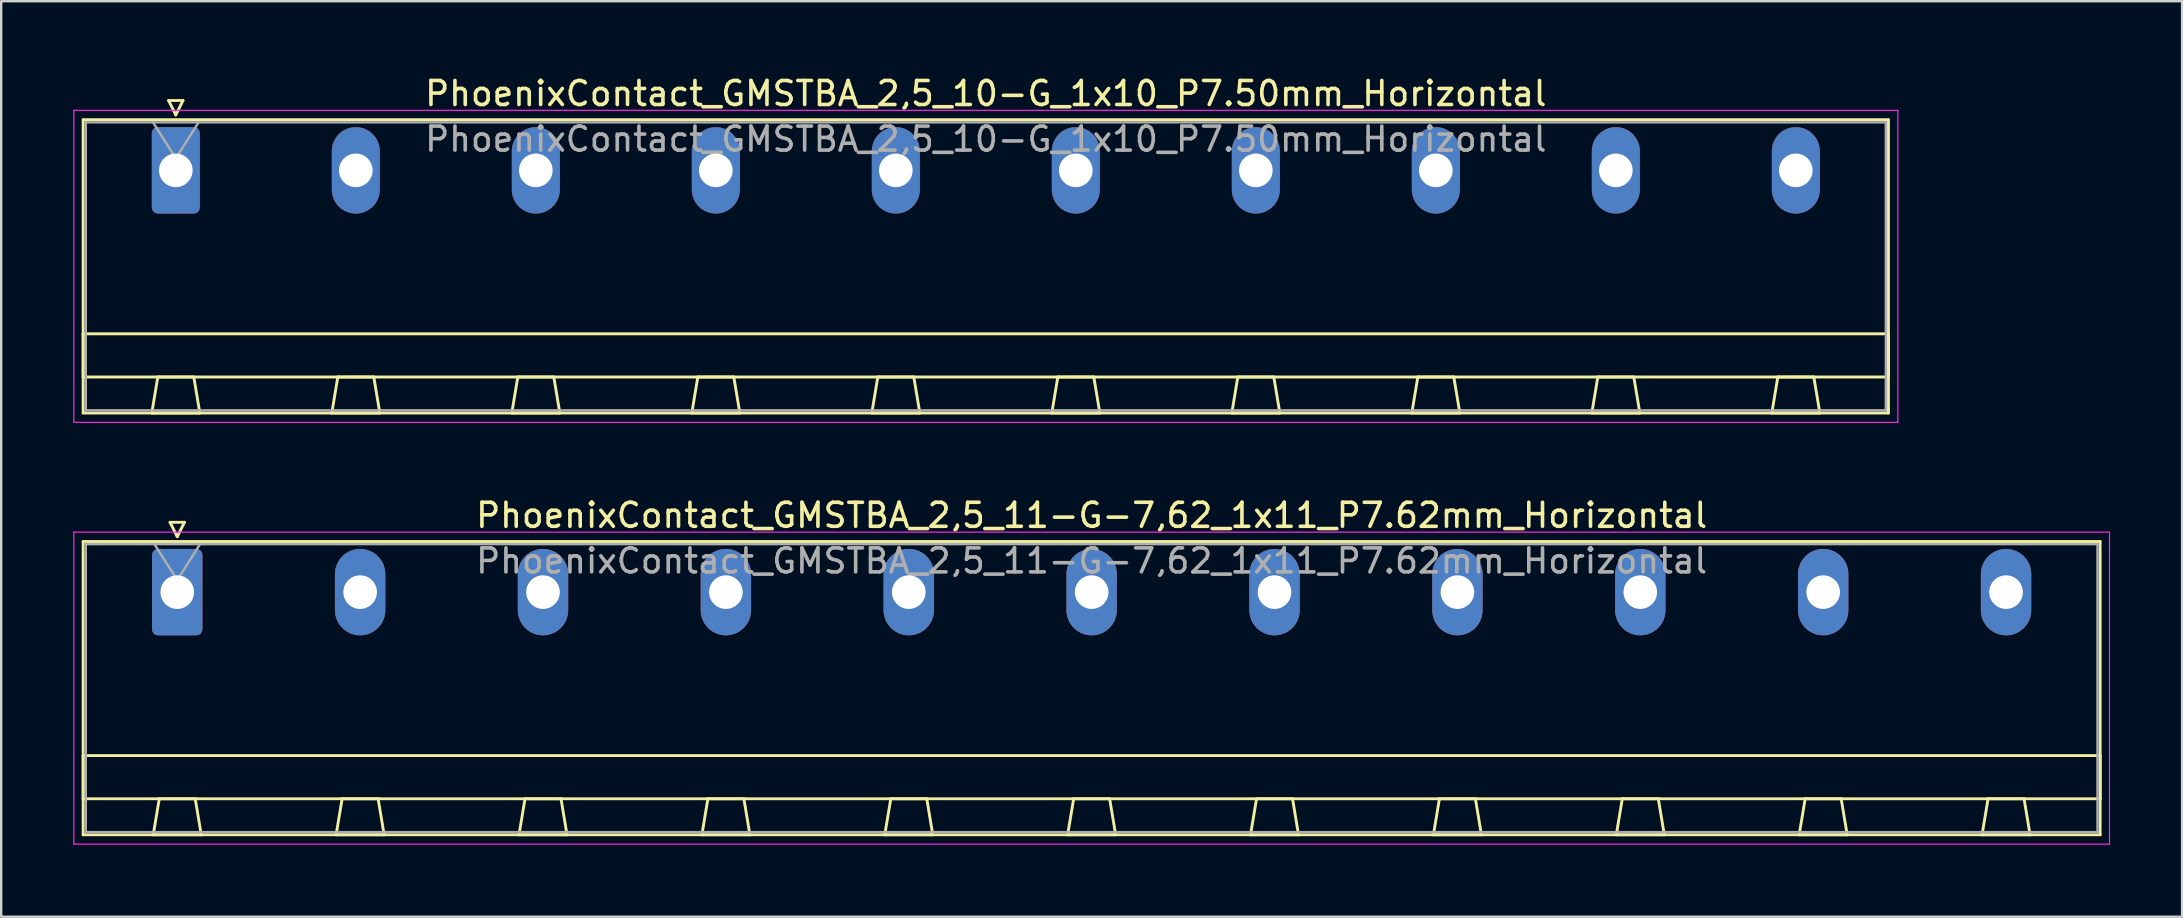
<source format=kicad_pcb>
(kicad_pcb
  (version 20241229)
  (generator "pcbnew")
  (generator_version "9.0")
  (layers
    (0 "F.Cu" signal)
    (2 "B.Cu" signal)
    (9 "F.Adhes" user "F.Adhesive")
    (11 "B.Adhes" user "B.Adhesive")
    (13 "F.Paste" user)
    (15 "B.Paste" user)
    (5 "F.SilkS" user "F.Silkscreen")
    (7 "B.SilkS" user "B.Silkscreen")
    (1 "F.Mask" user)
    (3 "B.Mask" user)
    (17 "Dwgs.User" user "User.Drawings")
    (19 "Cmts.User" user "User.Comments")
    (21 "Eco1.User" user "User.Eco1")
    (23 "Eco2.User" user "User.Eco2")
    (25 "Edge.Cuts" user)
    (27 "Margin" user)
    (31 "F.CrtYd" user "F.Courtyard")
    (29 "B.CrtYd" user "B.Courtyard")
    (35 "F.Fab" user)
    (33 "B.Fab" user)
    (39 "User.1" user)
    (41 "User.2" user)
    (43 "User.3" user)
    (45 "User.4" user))
  (footprint "PhoenixContact_GMSTBA_2,5_11-G-7,62_1x11_P7.62mm_Horizontal"
    (layer "F.Cu")
    (at 4.335 21.622)
    (property "Reference" "PhoenixContact_GMSTBA_2,5_11-G-7,62_1x11_P7.62mm_Horizontal" (at 38.1 -3.2 0) (layer "F.SilkS") (effects (font (size 1 1) (thickness 0.15))))
    (attr through_hole)
    (fp_line (start -3.92 -2.11) (end -3.92 10.11) (stroke (width 0.12) (type solid)) (layer "F.SilkS"))
    (fp_line (start -3.92 6.81) (end 80.12 6.81) (stroke (width 0.12) (type solid)) (layer "F.SilkS"))
    (fp_line (start -3.92 8.61) (end -3.92 6.81) (stroke (width 0.12) (type solid)) (layer "F.SilkS"))
    (fp_line (start -3.92 10.11) (end 80.12 10.11) (stroke (width 0.12) (type solid)) (layer "F.SilkS"))
    (fp_line (start -1 10.11) (end 1 10.11) (stroke (width 0.12) (type solid)) (layer "F.SilkS"))
    (fp_line (start -0.75 8.61) (end -1 10.11) (stroke (width 0.12) (type solid)) (layer "F.SilkS"))
    (fp_line (start -0.3 -2.91) (end 0.3 -2.91) (stroke (width 0.12) (type solid)) (layer "F.SilkS"))
    (fp_line (start 0 -2.31) (end -0.3 -2.91) (stroke (width 0.12) (type solid)) (layer "F.SilkS"))
    (fp_line (start 0.3 -2.91) (end 0 -2.31) (stroke (width 0.12) (type solid)) (layer "F.SilkS"))
    (fp_line (start 0.75 8.61) (end -0.75 8.61) (stroke (width 0.12) (type solid)) (layer "F.SilkS"))
    (fp_line (start 1 10.11) (end 0.75 8.61) (stroke (width 0.12) (type solid)) (layer "F.SilkS"))
    (fp_line (start 6.62 10.11) (end 8.62 10.11) (stroke (width 0.12) (type solid)) (layer "F.SilkS"))
    (fp_line (start 6.87 8.61) (end 6.62 10.11) (stroke (width 0.12) (type solid)) (layer "F.SilkS"))
    (fp_line (start 8.37 8.61) (end 6.87 8.61) (stroke (width 0.12) (type solid)) (layer "F.SilkS"))
    (fp_line (start 8.62 10.11) (end 8.37 8.61) (stroke (width 0.12) (type solid)) (layer "F.SilkS"))
    (fp_line (start 14.24 10.11) (end 16.24 10.11) (stroke (width 0.12) (type solid)) (layer "F.SilkS"))
    (fp_line (start 14.49 8.61) (end 14.24 10.11) (stroke (width 0.12) (type solid)) (layer "F.SilkS"))
    (fp_line (start 15.99 8.61) (end 14.49 8.61) (stroke (width 0.12) (type solid)) (layer "F.SilkS"))
    (fp_line (start 16.24 10.11) (end 15.99 8.61) (stroke (width 0.12) (type solid)) (layer "F.SilkS"))
    (fp_line (start 21.86 10.11) (end 23.86 10.11) (stroke (width 0.12) (type solid)) (layer "F.SilkS"))
    (fp_line (start 22.11 8.61) (end 21.86 10.11) (stroke (width 0.12) (type solid)) (layer "F.SilkS"))
    (fp_line (start 23.61 8.61) (end 22.11 8.61) (stroke (width 0.12) (type solid)) (layer "F.SilkS"))
    (fp_line (start 23.86 10.11) (end 23.61 8.61) (stroke (width 0.12) (type solid)) (layer "F.SilkS"))
    (fp_line (start 29.48 10.11) (end 31.48 10.11) (stroke (width 0.12) (type solid)) (layer "F.SilkS"))
    (fp_line (start 29.73 8.61) (end 29.48 10.11) (stroke (width 0.12) (type solid)) (layer "F.SilkS"))
    (fp_line (start 31.23 8.61) (end 29.73 8.61) (stroke (width 0.12) (type solid)) (layer "F.SilkS"))
    (fp_line (start 31.48 10.11) (end 31.23 8.61) (stroke (width 0.12) (type solid)) (layer "F.SilkS"))
    (fp_line (start 37.1 10.11) (end 39.1 10.11) (stroke (width 0.12) (type solid)) (layer "F.SilkS"))
    (fp_line (start 37.35 8.61) (end 37.1 10.11) (stroke (width 0.12) (type solid)) (layer "F.SilkS"))
    (fp_line (start 38.85 8.61) (end 37.35 8.61) (stroke (width 0.12) (type solid)) (layer "F.SilkS"))
    (fp_line (start 39.1 10.11) (end 38.85 8.61) (stroke (width 0.12) (type solid)) (layer "F.SilkS"))
    (fp_line (start 44.72 10.11) (end 46.72 10.11) (stroke (width 0.12) (type solid)) (layer "F.SilkS"))
    (fp_line (start 44.97 8.61) (end 44.72 10.11) (stroke (width 0.12) (type solid)) (layer "F.SilkS"))
    (fp_line (start 46.47 8.61) (end 44.97 8.61) (stroke (width 0.12) (type solid)) (layer "F.SilkS"))
    (fp_line (start 46.72 10.11) (end 46.47 8.61) (stroke (width 0.12) (type solid)) (layer "F.SilkS"))
    (fp_line (start 52.34 10.11) (end 54.34 10.11) (stroke (width 0.12) (type solid)) (layer "F.SilkS"))
    (fp_line (start 52.59 8.61) (end 52.34 10.11) (stroke (width 0.12) (type solid)) (layer "F.SilkS"))
    (fp_line (start 54.09 8.61) (end 52.59 8.61) (stroke (width 0.12) (type solid)) (layer "F.SilkS"))
    (fp_line (start 54.34 10.11) (end 54.09 8.61) (stroke (width 0.12) (type solid)) (layer "F.SilkS"))
    (fp_line (start 59.96 10.11) (end 61.96 10.11) (stroke (width 0.12) (type solid)) (layer "F.SilkS"))
    (fp_line (start 60.21 8.61) (end 59.96 10.11) (stroke (width 0.12) (type solid)) (layer "F.SilkS"))
    (fp_line (start 61.71 8.61) (end 60.21 8.61) (stroke (width 0.12) (type solid)) (layer "F.SilkS"))
    (fp_line (start 61.96 10.11) (end 61.71 8.61) (stroke (width 0.12) (type solid)) (layer "F.SilkS"))
    (fp_line (start 67.58 10.11) (end 69.58 10.11) (stroke (width 0.12) (type solid)) (layer "F.SilkS"))
    (fp_line (start 67.83 8.61) (end 67.58 10.11) (stroke (width 0.12) (type solid)) (layer "F.SilkS"))
    (fp_line (start 69.33 8.61) (end 67.83 8.61) (stroke (width 0.12) (type solid)) (layer "F.SilkS"))
    (fp_line (start 69.58 10.11) (end 69.33 8.61) (stroke (width 0.12) (type solid)) (layer "F.SilkS"))
    (fp_line (start 75.2 10.11) (end 77.2 10.11) (stroke (width 0.12) (type solid)) (layer "F.SilkS"))
    (fp_line (start 75.45 8.61) (end 75.2 10.11) (stroke (width 0.12) (type solid)) (layer "F.SilkS"))
    (fp_line (start 76.95 8.61) (end 75.45 8.61) (stroke (width 0.12) (type solid)) (layer "F.SilkS"))
    (fp_line (start 77.2 10.11) (end 76.95 8.61) (stroke (width 0.12) (type solid)) (layer "F.SilkS"))
    (fp_line (start 80.12 -2.11) (end -3.92 -2.11) (stroke (width 0.12) (type solid)) (layer "F.SilkS"))
    (fp_line (start 80.12 6.81) (end 80.12 8.61) (stroke (width 0.12) (type solid)) (layer "F.SilkS"))
    (fp_line (start 80.12 8.61) (end -3.92 8.61) (stroke (width 0.12) (type solid)) (layer "F.SilkS"))
    (fp_line (start 80.12 10.11) (end 80.12 -2.11) (stroke (width 0.12) (type solid)) (layer "F.SilkS"))
    (fp_line (start -4.31 -2.5) (end -4.31 10.5) (stroke (width 0.05) (type solid)) (layer "F.CrtYd"))
    (fp_line (start -4.31 10.5) (end 80.51 10.5) (stroke (width 0.05) (type solid)) (layer "F.CrtYd"))
    (fp_line (start 80.51 -2.5) (end -4.31 -2.5) (stroke (width 0.05) (type solid)) (layer "F.CrtYd"))
    (fp_line (start 80.51 10.5) (end 80.51 -2.5) (stroke (width 0.05) (type solid)) (layer "F.CrtYd"))
    (fp_line (start -3.81 -2) (end -3.81 10) (stroke (width 0.1) (type solid)) (layer "F.Fab"))
    (fp_line (start -3.81 10) (end 80.01 10) (stroke (width 0.1) (type solid)) (layer "F.Fab"))
    (fp_line (start 0 -0.5) (end -0.95 -2) (stroke (width 0.1) (type solid)) (layer "F.Fab"))
    (fp_line (start 0.95 -2) (end 0 -0.5) (stroke (width 0.1) (type solid)) (layer "F.Fab"))
    (fp_line (start 80.01 -2) (end -3.81 -2) (stroke (width 0.1) (type solid)) (layer "F.Fab"))
    (fp_line (start 80.01 10) (end 80.01 -2) (stroke (width 0.1) (type solid)) (layer "F.Fab"))
    (fp_text user "${REFERENCE}" (at 38.1 -1.3 0) (layer "F.Fab") (effects (font (size 1 1) (thickness 0.15))))
    (pad "1" thru_hole roundrect (at 0 0) (size 2.1 3.6) (drill 1.4) (layers "*.Cu" "*.Mask") (roundrect_rratio 0.119))
    (pad "2" thru_hole oval (at 7.62 0) (size 2.1 3.6) (drill 1.4) (layers "*.Cu" "*.Mask"))
    (pad "3" thru_hole oval (at 15.24 0) (size 2.1 3.6) (drill 1.4) (layers "*.Cu" "*.Mask"))
    (pad "4" thru_hole oval (at 22.86 0) (size 2.1 3.6) (drill 1.4) (layers "*.Cu" "*.Mask"))
    (pad "5" thru_hole oval (at 30.48 0) (size 2.1 3.6) (drill 1.4) (layers "*.Cu" "*.Mask"))
    (pad "6" thru_hole oval (at 38.1 0) (size 2.1 3.6) (drill 1.4) (layers "*.Cu" "*.Mask"))
    (pad "7" thru_hole oval (at 45.72 0) (size 2.1 3.6) (drill 1.4) (layers "*.Cu" "*.Mask"))
    (pad "8" thru_hole oval (at 53.34 0) (size 2.1 3.6) (drill 1.4) (layers "*.Cu" "*.Mask"))
    (pad "9" thru_hole oval (at 60.96 0) (size 2.1 3.6) (drill 1.4) (layers "*.Cu" "*.Mask"))
    (pad "10" thru_hole oval (at 68.58 0) (size 2.1 3.6) (drill 1.4) (layers "*.Cu" "*.Mask"))
    (pad "11" thru_hole oval (at 76.2 0) (size 2.1 3.6) (drill 1.4) (layers "*.Cu" "*.Mask")))
  (footprint "PhoenixContact_GMSTBA_2,5_10-G_1x10_P7.50mm_Horizontal"
    (layer "F.Cu")
    (at 4.275 4.048)
    (property "Reference" "PhoenixContact_GMSTBA_2,5_10-G_1x10_P7.50mm_Horizontal" (at 33.75 -3.2 0) (layer "F.SilkS") (effects (font (size 1 1) (thickness 0.15))))
    (attr through_hole)
    (fp_line (start -3.86 -2.11) (end -3.86 10.11) (stroke (width 0.12) (type solid)) (layer "F.SilkS"))
    (fp_line (start -3.86 6.81) (end 71.36 6.81) (stroke (width 0.12) (type solid)) (layer "F.SilkS"))
    (fp_line (start -3.86 8.61) (end -3.86 6.81) (stroke (width 0.12) (type solid)) (layer "F.SilkS"))
    (fp_line (start -3.86 10.11) (end 71.36 10.11) (stroke (width 0.12) (type solid)) (layer "F.SilkS"))
    (fp_line (start -1 10.11) (end 1 10.11) (stroke (width 0.12) (type solid)) (layer "F.SilkS"))
    (fp_line (start -0.75 8.61) (end -1 10.11) (stroke (width 0.12) (type solid)) (layer "F.SilkS"))
    (fp_line (start -0.3 -2.91) (end 0.3 -2.91) (stroke (width 0.12) (type solid)) (layer "F.SilkS"))
    (fp_line (start 0 -2.31) (end -0.3 -2.91) (stroke (width 0.12) (type solid)) (layer "F.SilkS"))
    (fp_line (start 0.3 -2.91) (end 0 -2.31) (stroke (width 0.12) (type solid)) (layer "F.SilkS"))
    (fp_line (start 0.75 8.61) (end -0.75 8.61) (stroke (width 0.12) (type solid)) (layer "F.SilkS"))
    (fp_line (start 1 10.11) (end 0.75 8.61) (stroke (width 0.12) (type solid)) (layer "F.SilkS"))
    (fp_line (start 6.5 10.11) (end 8.5 10.11) (stroke (width 0.12) (type solid)) (layer "F.SilkS"))
    (fp_line (start 6.75 8.61) (end 6.5 10.11) (stroke (width 0.12) (type solid)) (layer "F.SilkS"))
    (fp_line (start 8.25 8.61) (end 6.75 8.61) (stroke (width 0.12) (type solid)) (layer "F.SilkS"))
    (fp_line (start 8.5 10.11) (end 8.25 8.61) (stroke (width 0.12) (type solid)) (layer "F.SilkS"))
    (fp_line (start 14 10.11) (end 16 10.11) (stroke (width 0.12) (type solid)) (layer "F.SilkS"))
    (fp_line (start 14.25 8.61) (end 14 10.11) (stroke (width 0.12) (type solid)) (layer "F.SilkS"))
    (fp_line (start 15.75 8.61) (end 14.25 8.61) (stroke (width 0.12) (type solid)) (layer "F.SilkS"))
    (fp_line (start 16 10.11) (end 15.75 8.61) (stroke (width 0.12) (type solid)) (layer "F.SilkS"))
    (fp_line (start 21.5 10.11) (end 23.5 10.11) (stroke (width 0.12) (type solid)) (layer "F.SilkS"))
    (fp_line (start 21.75 8.61) (end 21.5 10.11) (stroke (width 0.12) (type solid)) (layer "F.SilkS"))
    (fp_line (start 23.25 8.61) (end 21.75 8.61) (stroke (width 0.12) (type solid)) (layer "F.SilkS"))
    (fp_line (start 23.5 10.11) (end 23.25 8.61) (stroke (width 0.12) (type solid)) (layer "F.SilkS"))
    (fp_line (start 29 10.11) (end 31 10.11) (stroke (width 0.12) (type solid)) (layer "F.SilkS"))
    (fp_line (start 29.25 8.61) (end 29 10.11) (stroke (width 0.12) (type solid)) (layer "F.SilkS"))
    (fp_line (start 30.75 8.61) (end 29.25 8.61) (stroke (width 0.12) (type solid)) (layer "F.SilkS"))
    (fp_line (start 31 10.11) (end 30.75 8.61) (stroke (width 0.12) (type solid)) (layer "F.SilkS"))
    (fp_line (start 36.5 10.11) (end 38.5 10.11) (stroke (width 0.12) (type solid)) (layer "F.SilkS"))
    (fp_line (start 36.75 8.61) (end 36.5 10.11) (stroke (width 0.12) (type solid)) (layer "F.SilkS"))
    (fp_line (start 38.25 8.61) (end 36.75 8.61) (stroke (width 0.12) (type solid)) (layer "F.SilkS"))
    (fp_line (start 38.5 10.11) (end 38.25 8.61) (stroke (width 0.12) (type solid)) (layer "F.SilkS"))
    (fp_line (start 44 10.11) (end 46 10.11) (stroke (width 0.12) (type solid)) (layer "F.SilkS"))
    (fp_line (start 44.25 8.61) (end 44 10.11) (stroke (width 0.12) (type solid)) (layer "F.SilkS"))
    (fp_line (start 45.75 8.61) (end 44.25 8.61) (stroke (width 0.12) (type solid)) (layer "F.SilkS"))
    (fp_line (start 46 10.11) (end 45.75 8.61) (stroke (width 0.12) (type solid)) (layer "F.SilkS"))
    (fp_line (start 51.5 10.11) (end 53.5 10.11) (stroke (width 0.12) (type solid)) (layer "F.SilkS"))
    (fp_line (start 51.75 8.61) (end 51.5 10.11) (stroke (width 0.12) (type solid)) (layer "F.SilkS"))
    (fp_line (start 53.25 8.61) (end 51.75 8.61) (stroke (width 0.12) (type solid)) (layer "F.SilkS"))
    (fp_line (start 53.5 10.11) (end 53.25 8.61) (stroke (width 0.12) (type solid)) (layer "F.SilkS"))
    (fp_line (start 59 10.11) (end 61 10.11) (stroke (width 0.12) (type solid)) (layer "F.SilkS"))
    (fp_line (start 59.25 8.61) (end 59 10.11) (stroke (width 0.12) (type solid)) (layer "F.SilkS"))
    (fp_line (start 60.75 8.61) (end 59.25 8.61) (stroke (width 0.12) (type solid)) (layer "F.SilkS"))
    (fp_line (start 61 10.11) (end 60.75 8.61) (stroke (width 0.12) (type solid)) (layer "F.SilkS"))
    (fp_line (start 66.5 10.11) (end 68.5 10.11) (stroke (width 0.12) (type solid)) (layer "F.SilkS"))
    (fp_line (start 66.75 8.61) (end 66.5 10.11) (stroke (width 0.12) (type solid)) (layer "F.SilkS"))
    (fp_line (start 68.25 8.61) (end 66.75 8.61) (stroke (width 0.12) (type solid)) (layer "F.SilkS"))
    (fp_line (start 68.5 10.11) (end 68.25 8.61) (stroke (width 0.12) (type solid)) (layer "F.SilkS"))
    (fp_line (start 71.36 -2.11) (end -3.86 -2.11) (stroke (width 0.12) (type solid)) (layer "F.SilkS"))
    (fp_line (start 71.36 6.81) (end 71.36 8.61) (stroke (width 0.12) (type solid)) (layer "F.SilkS"))
    (fp_line (start 71.36 8.61) (end -3.86 8.61) (stroke (width 0.12) (type solid)) (layer "F.SilkS"))
    (fp_line (start 71.36 10.11) (end 71.36 -2.11) (stroke (width 0.12) (type solid)) (layer "F.SilkS"))
    (fp_line (start -4.25 -2.5) (end -4.25 10.5) (stroke (width 0.05) (type solid)) (layer "F.CrtYd"))
    (fp_line (start -4.25 10.5) (end 71.75 10.5) (stroke (width 0.05) (type solid)) (layer "F.CrtYd"))
    (fp_line (start 71.75 -2.5) (end -4.25 -2.5) (stroke (width 0.05) (type solid)) (layer "F.CrtYd"))
    (fp_line (start 71.75 10.5) (end 71.75 -2.5) (stroke (width 0.05) (type solid)) (layer "F.CrtYd"))
    (fp_line (start -3.75 -2) (end -3.75 10) (stroke (width 0.1) (type solid)) (layer "F.Fab"))
    (fp_line (start -3.75 10) (end 71.25 10) (stroke (width 0.1) (type solid)) (layer "F.Fab"))
    (fp_line (start 0 -0.5) (end -0.95 -2) (stroke (width 0.1) (type solid)) (layer "F.Fab"))
    (fp_line (start 0.95 -2) (end 0 -0.5) (stroke (width 0.1) (type solid)) (layer "F.Fab"))
    (fp_line (start 71.25 -2) (end -3.75 -2) (stroke (width 0.1) (type solid)) (layer "F.Fab"))
    (fp_line (start 71.25 10) (end 71.25 -2) (stroke (width 0.1) (type solid)) (layer "F.Fab"))
    (fp_text user "${REFERENCE}" (at 33.75 -1.3 0) (layer "F.Fab") (effects (font (size 1 1) (thickness 0.15))))
    (pad "1" thru_hole roundrect (at 0 0) (size 2 3.6) (drill 1.4) (layers "*.Cu" "*.Mask") (roundrect_rratio 0.125))
    (pad "2" thru_hole oval (at 7.5 0) (size 2 3.6) (drill 1.4) (layers "*.Cu" "*.Mask"))
    (pad "3" thru_hole oval (at 15 0) (size 2 3.6) (drill 1.4) (layers "*.Cu" "*.Mask"))
    (pad "4" thru_hole oval (at 22.5 0) (size 2 3.6) (drill 1.4) (layers "*.Cu" "*.Mask"))
    (pad "5" thru_hole oval (at 30 0) (size 2 3.6) (drill 1.4) (layers "*.Cu" "*.Mask"))
    (pad "6" thru_hole oval (at 37.5 0) (size 2 3.6) (drill 1.4) (layers "*.Cu" "*.Mask"))
    (pad "7" thru_hole oval (at 45 0) (size 2 3.6) (drill 1.4) (layers "*.Cu" "*.Mask"))
    (pad "8" thru_hole oval (at 52.5 0) (size 2 3.6) (drill 1.4) (layers "*.Cu" "*.Mask"))
    (pad "9" thru_hole oval (at 60 0) (size 2 3.6) (drill 1.4) (layers "*.Cu" "*.Mask"))
    (pad "10" thru_hole oval (at 67.5 0) (size 2 3.6) (drill 1.4) (layers "*.Cu" "*.Mask")))
  (gr_rect
    (start -3 -3)
    (end 87.87 35.147)
    (stroke (width 0.1) (type default))
    (fill no)
    (layer "Edge.Cuts")))
</source>
